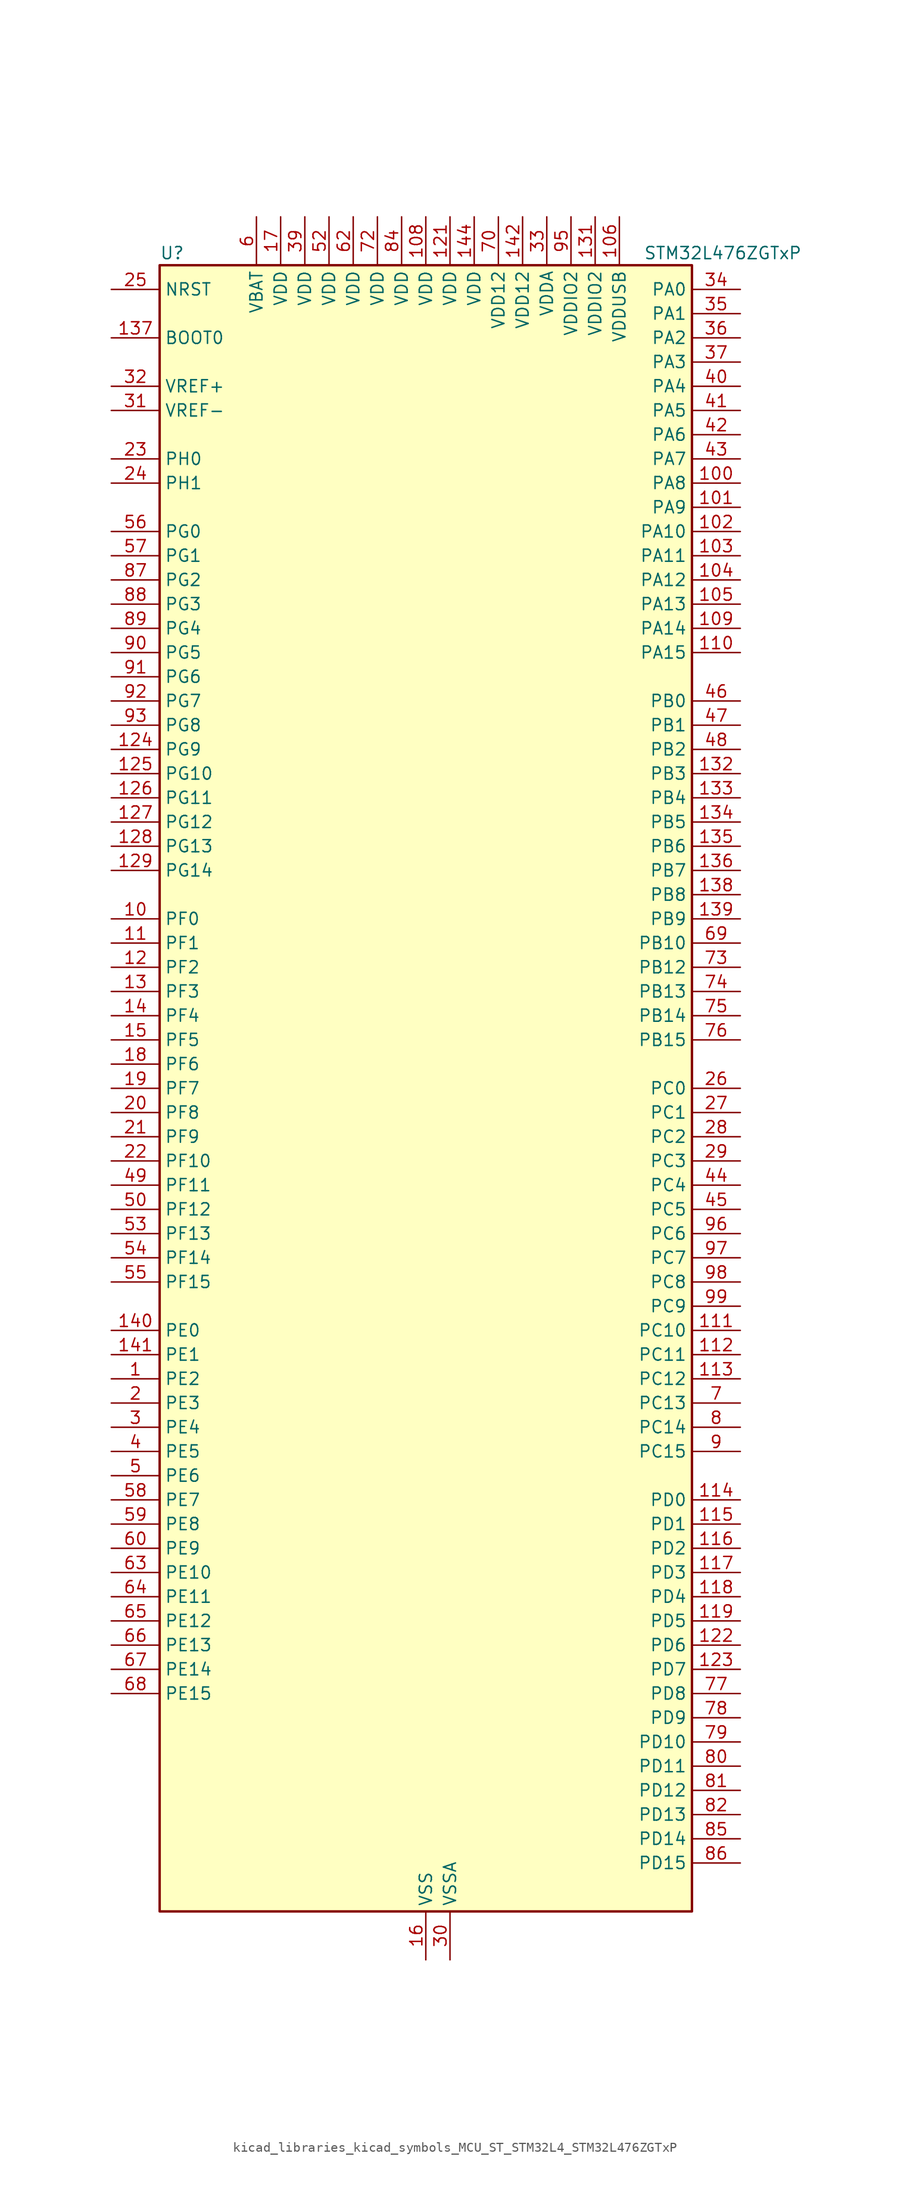
<source format=kicad_sym>
(kicad_symbol_lib
  (version 20220914)
  (generator kicad_symbol_editor)
  (symbol "kicad_libraries_kicad_symbols_MCU_ST_STM32L4_STM32L476ZGTxP"
    (property "Reference" "U"
      (at -27.94 87.63 0)
      (effects (font (size 1.27 1.27)) (justify left)))
    (property "Value" "STM32L476ZGTxP"
      (at 22.86 87.63 0)
      (effects (font (size 1.27 1.27)) (justify left)))
    (property "ki_locked" ""
      (at 0 0 0)
      (effects (font (size 1.27 1.27))))
    (symbol "kicad_libraries_kicad_symbols_MCU_ST_STM32L4_STM32L476ZGTxP_0_1"
      (rectangle (start -27.94 -86.36) (end 27.94 86.36) (stroke (width 0.254) (type default)) (fill (type background))))
    (symbol "kicad_libraries_kicad_symbols_MCU_ST_STM32L4_STM32L476ZGTxP_1_1"
      (pin bidirectional line (at -33.02 -30.48 0) (length 5.08) (name "PE2" (effects (font (size 1.27 1.27)))) (number "1" (effects (font (size 1.27 1.27)))) (alternate "FMC_A23" bidirectional line) (alternate "LCD_SEG38" bidirectional line) (alternate "SAI1_MCLK_A" bidirectional line) (alternate "SYS_TRACECLK" bidirectional line) (alternate "TIM3_ETR" bidirectional line) (alternate "TSC_G7_IO1" bidirectional line))
      (pin bidirectional line (at -33.02 17.78 0) (length 5.08) (name "PF0" (effects (font (size 1.27 1.27)))) (number "10" (effects (font (size 1.27 1.27)))) (alternate "FMC_A0" bidirectional line) (alternate "I2C2_SDA" bidirectional line))
      (pin bidirectional line (at 33.02 63.5 180) (length 5.08) (name "PA8" (effects (font (size 1.27 1.27)))) (number "100" (effects (font (size 1.27 1.27)))) (alternate "LCD_COM0" bidirectional line) (alternate "LPTIM2_OUT" bidirectional line) (alternate "RCC_MCO" bidirectional line) (alternate "TIM1_CH1" bidirectional line) (alternate "USART1_CK" bidirectional line) (alternate "USB_OTG_FS_SOF" bidirectional line))
      (pin bidirectional line (at 33.02 60.96 180) (length 5.08) (name "PA9" (effects (font (size 1.27 1.27)))) (number "101" (effects (font (size 1.27 1.27)))) (alternate "DAC1_EXTI9" bidirectional line) (alternate "LCD_COM1" bidirectional line) (alternate "TIM15_BKIN" bidirectional line) (alternate "TIM1_CH2" bidirectional line) (alternate "USART1_TX" bidirectional line) (alternate "USB_OTG_FS_VBUS" bidirectional line))
      (pin bidirectional line (at 33.02 58.42 180) (length 5.08) (name "PA10" (effects (font (size 1.27 1.27)))) (number "102" (effects (font (size 1.27 1.27)))) (alternate "LCD_COM2" bidirectional line) (alternate "TIM17_BKIN" bidirectional line) (alternate "TIM1_CH3" bidirectional line) (alternate "USART1_RX" bidirectional line) (alternate "USB_OTG_FS_ID" bidirectional line))
      (pin bidirectional line (at 33.02 55.88 180) (length 5.08) (name "PA11" (effects (font (size 1.27 1.27)))) (number "103" (effects (font (size 1.27 1.27)))) (alternate "ADC1_EXTI11" bidirectional line) (alternate "ADC2_EXTI11" bidirectional line) (alternate "ADC3_EXTI11" bidirectional line) (alternate "CAN1_RX" bidirectional line) (alternate "TIM1_BKIN2" bidirectional line) (alternate "TIM1_BKIN2_COMP1" bidirectional line) (alternate "TIM1_CH4" bidirectional line) (alternate "USART1_CTS" bidirectional line) (alternate "USB_OTG_FS_DM" bidirectional line))
      (pin bidirectional line (at 33.02 53.34 180) (length 5.08) (name "PA12" (effects (font (size 1.27 1.27)))) (number "104" (effects (font (size 1.27 1.27)))) (alternate "CAN1_TX" bidirectional line) (alternate "TIM1_ETR" bidirectional line) (alternate "USART1_DE" bidirectional line) (alternate "USART1_RTS" bidirectional line) (alternate "USB_OTG_FS_DP" bidirectional line))
      (pin bidirectional line (at 33.02 50.8 180) (length 5.08) (name "PA13" (effects (font (size 1.27 1.27)))) (number "105" (effects (font (size 1.27 1.27)))) (alternate "IR_OUT" bidirectional line) (alternate "SYS_JTMS-SWDIO" bidirectional line) (alternate "USB_OTG_FS_NOE" bidirectional line))
      (pin power_in line (at 20.32 91.44 270) (length 5.08) (name "VDDUSB" (effects (font (size 1.27 1.27)))) (number "106" (effects (font (size 1.27 1.27)))))
      (pin passive line (at 0 -91.44 90) (length 5.08) hide (name "VSS" (effects (font (size 1.27 1.27)))) (number "107" (effects (font (size 1.27 1.27)))))
      (pin power_in line (at 0 91.44 270) (length 5.08) (name "VDD" (effects (font (size 1.27 1.27)))) (number "108" (effects (font (size 1.27 1.27)))))
      (pin bidirectional line (at 33.02 48.26 180) (length 5.08) (name "PA14" (effects (font (size 1.27 1.27)))) (number "109" (effects (font (size 1.27 1.27)))) (alternate "SYS_JTCK-SWCLK" bidirectional line))
      (pin bidirectional line (at -33.02 15.24 0) (length 5.08) (name "PF1" (effects (font (size 1.27 1.27)))) (number "11" (effects (font (size 1.27 1.27)))) (alternate "FMC_A1" bidirectional line) (alternate "I2C2_SCL" bidirectional line))
      (pin bidirectional line (at 33.02 45.72 180) (length 5.08) (name "PA15" (effects (font (size 1.27 1.27)))) (number "110" (effects (font (size 1.27 1.27)))) (alternate "ADC1_EXTI15" bidirectional line) (alternate "ADC2_EXTI15" bidirectional line) (alternate "ADC3_EXTI15" bidirectional line) (alternate "LCD_SEG17" bidirectional line) (alternate "SAI2_FS_B" bidirectional line) (alternate "SPI1_NSS" bidirectional line) (alternate "SPI3_NSS" bidirectional line) (alternate "SYS_JTDI" bidirectional line) (alternate "TIM2_CH1" bidirectional line) (alternate "TIM2_ETR" bidirectional line) (alternate "TSC_G3_IO1" bidirectional line) (alternate "UART4_DE" bidirectional line) (alternate "UART4_RTS" bidirectional line))
      (pin bidirectional line (at 33.02 -25.4 180) (length 5.08) (name "PC10" (effects (font (size 1.27 1.27)))) (number "111" (effects (font (size 1.27 1.27)))) (alternate "LCD_COM4" bidirectional line) (alternate "LCD_SEG28" bidirectional line) (alternate "LCD_SEG40" bidirectional line) (alternate "SAI2_SCK_B" bidirectional line) (alternate "SDMMC1_D2" bidirectional line) (alternate "SPI3_SCK" bidirectional line) (alternate "TSC_G3_IO2" bidirectional line) (alternate "UART4_TX" bidirectional line) (alternate "USART3_TX" bidirectional line))
      (pin bidirectional line (at 33.02 -27.94 180) (length 5.08) (name "PC11" (effects (font (size 1.27 1.27)))) (number "112" (effects (font (size 1.27 1.27)))) (alternate "ADC1_EXTI11" bidirectional line) (alternate "ADC2_EXTI11" bidirectional line) (alternate "ADC3_EXTI11" bidirectional line) (alternate "LCD_COM5" bidirectional line) (alternate "LCD_SEG29" bidirectional line) (alternate "LCD_SEG41" bidirectional line) (alternate "SAI2_MCLK_B" bidirectional line) (alternate "SDMMC1_D3" bidirectional line) (alternate "SPI3_MISO" bidirectional line) (alternate "TSC_G3_IO3" bidirectional line) (alternate "UART4_RX" bidirectional line) (alternate "USART3_RX" bidirectional line))
      (pin bidirectional line (at 33.02 -30.48 180) (length 5.08) (name "PC12" (effects (font (size 1.27 1.27)))) (number "113" (effects (font (size 1.27 1.27)))) (alternate "LCD_COM6" bidirectional line) (alternate "LCD_SEG30" bidirectional line) (alternate "LCD_SEG42" bidirectional line) (alternate "SAI2_SD_B" bidirectional line) (alternate "SDMMC1_CK" bidirectional line) (alternate "SPI3_MOSI" bidirectional line) (alternate "TSC_G3_IO4" bidirectional line) (alternate "UART5_TX" bidirectional line) (alternate "USART3_CK" bidirectional line))
      (pin bidirectional line (at 33.02 -43.18 180) (length 5.08) (name "PD0" (effects (font (size 1.27 1.27)))) (number "114" (effects (font (size 1.27 1.27)))) (alternate "CAN1_RX" bidirectional line) (alternate "DFSDM1_DATIN7" bidirectional line) (alternate "FMC_D2" bidirectional line) (alternate "FMC_DA2" bidirectional line) (alternate "SPI2_NSS" bidirectional line))
      (pin bidirectional line (at 33.02 -45.72 180) (length 5.08) (name "PD1" (effects (font (size 1.27 1.27)))) (number "115" (effects (font (size 1.27 1.27)))) (alternate "CAN1_TX" bidirectional line) (alternate "DFSDM1_CKIN7" bidirectional line) (alternate "FMC_D3" bidirectional line) (alternate "FMC_DA3" bidirectional line) (alternate "SPI2_SCK" bidirectional line))
      (pin bidirectional line (at 33.02 -48.26 180) (length 5.08) (name "PD2" (effects (font (size 1.27 1.27)))) (number "116" (effects (font (size 1.27 1.27)))) (alternate "LCD_COM7" bidirectional line) (alternate "LCD_SEG31" bidirectional line) (alternate "LCD_SEG43" bidirectional line) (alternate "SDMMC1_CMD" bidirectional line) (alternate "TIM3_ETR" bidirectional line) (alternate "TSC_SYNC" bidirectional line) (alternate "UART5_RX" bidirectional line) (alternate "USART3_DE" bidirectional line) (alternate "USART3_RTS" bidirectional line))
      (pin bidirectional line (at 33.02 -50.8 180) (length 5.08) (name "PD3" (effects (font (size 1.27 1.27)))) (number "117" (effects (font (size 1.27 1.27)))) (alternate "DFSDM1_DATIN0" bidirectional line) (alternate "FMC_CLK" bidirectional line) (alternate "SPI2_MISO" bidirectional line) (alternate "USART2_CTS" bidirectional line))
      (pin bidirectional line (at 33.02 -53.34 180) (length 5.08) (name "PD4" (effects (font (size 1.27 1.27)))) (number "118" (effects (font (size 1.27 1.27)))) (alternate "DFSDM1_CKIN0" bidirectional line) (alternate "FMC_NOE" bidirectional line) (alternate "SPI2_MOSI" bidirectional line) (alternate "USART2_DE" bidirectional line) (alternate "USART2_RTS" bidirectional line))
      (pin bidirectional line (at 33.02 -55.88 180) (length 5.08) (name "PD5" (effects (font (size 1.27 1.27)))) (number "119" (effects (font (size 1.27 1.27)))) (alternate "FMC_NWE" bidirectional line) (alternate "USART2_TX" bidirectional line))
      (pin bidirectional line (at -33.02 12.7 0) (length 5.08) (name "PF2" (effects (font (size 1.27 1.27)))) (number "12" (effects (font (size 1.27 1.27)))) (alternate "FMC_A2" bidirectional line) (alternate "I2C2_SMBA" bidirectional line))
      (pin passive line (at 0 -91.44 90) (length 5.08) hide (name "VSS" (effects (font (size 1.27 1.27)))) (number "120" (effects (font (size 1.27 1.27)))))
      (pin power_in line (at 2.54 91.44 270) (length 5.08) (name "VDD" (effects (font (size 1.27 1.27)))) (number "121" (effects (font (size 1.27 1.27)))))
      (pin bidirectional line (at 33.02 -58.42 180) (length 5.08) (name "PD6" (effects (font (size 1.27 1.27)))) (number "122" (effects (font (size 1.27 1.27)))) (alternate "DFSDM1_DATIN1" bidirectional line) (alternate "FMC_NWAIT" bidirectional line) (alternate "SAI1_SD_A" bidirectional line) (alternate "USART2_RX" bidirectional line))
      (pin bidirectional line (at 33.02 -60.96 180) (length 5.08) (name "PD7" (effects (font (size 1.27 1.27)))) (number "123" (effects (font (size 1.27 1.27)))) (alternate "DFSDM1_CKIN1" bidirectional line) (alternate "FMC_NE1" bidirectional line) (alternate "USART2_CK" bidirectional line))
      (pin bidirectional line (at -33.02 35.56 0) (length 5.08) (name "PG9" (effects (font (size 1.27 1.27)))) (number "124" (effects (font (size 1.27 1.27)))) (alternate "DAC1_EXTI9" bidirectional line) (alternate "FMC_NCE3" bidirectional line) (alternate "FMC_NE2" bidirectional line) (alternate "SAI2_SCK_A" bidirectional line) (alternate "SPI3_SCK" bidirectional line) (alternate "TIM15_CH1N" bidirectional line) (alternate "USART1_TX" bidirectional line))
      (pin bidirectional line (at -33.02 33.02 0) (length 5.08) (name "PG10" (effects (font (size 1.27 1.27)))) (number "125" (effects (font (size 1.27 1.27)))) (alternate "FMC_NE3" bidirectional line) (alternate "LPTIM1_IN1" bidirectional line) (alternate "SAI2_FS_A" bidirectional line) (alternate "SPI3_MISO" bidirectional line) (alternate "TIM15_CH1" bidirectional line) (alternate "USART1_RX" bidirectional line))
      (pin bidirectional line (at -33.02 30.48 0) (length 5.08) (name "PG11" (effects (font (size 1.27 1.27)))) (number "126" (effects (font (size 1.27 1.27)))) (alternate "ADC1_EXTI11" bidirectional line) (alternate "ADC2_EXTI11" bidirectional line) (alternate "ADC3_EXTI11" bidirectional line) (alternate "LPTIM1_IN2" bidirectional line) (alternate "SAI2_MCLK_A" bidirectional line) (alternate "SPI3_MOSI" bidirectional line) (alternate "TIM15_CH2" bidirectional line) (alternate "USART1_CTS" bidirectional line))
      (pin bidirectional line (at -33.02 27.94 0) (length 5.08) (name "PG12" (effects (font (size 1.27 1.27)))) (number "127" (effects (font (size 1.27 1.27)))) (alternate "FMC_NE4" bidirectional line) (alternate "LPTIM1_ETR" bidirectional line) (alternate "SAI2_SD_A" bidirectional line) (alternate "SPI3_NSS" bidirectional line) (alternate "USART1_DE" bidirectional line) (alternate "USART1_RTS" bidirectional line))
      (pin bidirectional line (at -33.02 25.4 0) (length 5.08) (name "PG13" (effects (font (size 1.27 1.27)))) (number "128" (effects (font (size 1.27 1.27)))) (alternate "FMC_A24" bidirectional line) (alternate "I2C1_SDA" bidirectional line) (alternate "USART1_CK" bidirectional line))
      (pin bidirectional line (at -33.02 22.86 0) (length 5.08) (name "PG14" (effects (font (size 1.27 1.27)))) (number "129" (effects (font (size 1.27 1.27)))) (alternate "FMC_A25" bidirectional line) (alternate "I2C1_SCL" bidirectional line))
      (pin bidirectional line (at -33.02 10.16 0) (length 5.08) (name "PF3" (effects (font (size 1.27 1.27)))) (number "13" (effects (font (size 1.27 1.27)))) (alternate "ADC3_IN6" bidirectional line) (alternate "FMC_A3" bidirectional line))
      (pin passive line (at 0 -91.44 90) (length 5.08) hide (name "VSS" (effects (font (size 1.27 1.27)))) (number "130" (effects (font (size 1.27 1.27)))))
      (pin power_in line (at 17.78 91.44 270) (length 5.08) (name "VDDIO2" (effects (font (size 1.27 1.27)))) (number "131" (effects (font (size 1.27 1.27)))))
      (pin bidirectional line (at 33.02 33.02 180) (length 5.08) (name "PB3" (effects (font (size 1.27 1.27)))) (number "132" (effects (font (size 1.27 1.27)))) (alternate "COMP2_INM" bidirectional line) (alternate "LCD_SEG7" bidirectional line) (alternate "SAI1_SCK_B" bidirectional line) (alternate "SPI1_SCK" bidirectional line) (alternate "SPI3_SCK" bidirectional line) (alternate "SYS_JTDO-SWO" bidirectional line) (alternate "TIM2_CH2" bidirectional line) (alternate "USART1_DE" bidirectional line) (alternate "USART1_RTS" bidirectional line))
      (pin bidirectional line (at 33.02 30.48 180) (length 5.08) (name "PB4" (effects (font (size 1.27 1.27)))) (number "133" (effects (font (size 1.27 1.27)))) (alternate "COMP2_INP" bidirectional line) (alternate "LCD_SEG8" bidirectional line) (alternate "SAI1_MCLK_B" bidirectional line) (alternate "SPI1_MISO" bidirectional line) (alternate "SPI3_MISO" bidirectional line) (alternate "SYS_JTRST" bidirectional line) (alternate "TIM17_BKIN" bidirectional line) (alternate "TIM3_CH1" bidirectional line) (alternate "TSC_G2_IO1" bidirectional line) (alternate "UART5_DE" bidirectional line) (alternate "UART5_RTS" bidirectional line) (alternate "USART1_CTS" bidirectional line))
      (pin bidirectional line (at 33.02 27.94 180) (length 5.08) (name "PB5" (effects (font (size 1.27 1.27)))) (number "134" (effects (font (size 1.27 1.27)))) (alternate "COMP2_OUT" bidirectional line) (alternate "I2C1_SMBA" bidirectional line) (alternate "LCD_SEG9" bidirectional line) (alternate "LPTIM1_IN1" bidirectional line) (alternate "SAI1_SD_B" bidirectional line) (alternate "SPI1_MOSI" bidirectional line) (alternate "SPI3_MOSI" bidirectional line) (alternate "TIM16_BKIN" bidirectional line) (alternate "TIM3_CH2" bidirectional line) (alternate "TSC_G2_IO2" bidirectional line) (alternate "UART5_CTS" bidirectional line) (alternate "USART1_CK" bidirectional line))
      (pin bidirectional line (at 33.02 25.4 180) (length 5.08) (name "PB6" (effects (font (size 1.27 1.27)))) (number "135" (effects (font (size 1.27 1.27)))) (alternate "COMP2_INP" bidirectional line) (alternate "DFSDM1_DATIN5" bidirectional line) (alternate "I2C1_SCL" bidirectional line) (alternate "LPTIM1_ETR" bidirectional line) (alternate "SAI1_FS_B" bidirectional line) (alternate "TIM16_CH1N" bidirectional line) (alternate "TIM4_CH1" bidirectional line) (alternate "TIM8_BKIN2" bidirectional line) (alternate "TIM8_BKIN2_COMP2" bidirectional line) (alternate "TSC_G2_IO3" bidirectional line) (alternate "USART1_TX" bidirectional line))
      (pin bidirectional line (at 33.02 22.86 180) (length 5.08) (name "PB7" (effects (font (size 1.27 1.27)))) (number "136" (effects (font (size 1.27 1.27)))) (alternate "COMP2_INM" bidirectional line) (alternate "DFSDM1_CKIN5" bidirectional line) (alternate "FMC_NL" bidirectional line) (alternate "I2C1_SDA" bidirectional line) (alternate "LCD_SEG21" bidirectional line) (alternate "LPTIM1_IN2" bidirectional line) (alternate "SYS_PVD_IN" bidirectional line) (alternate "TIM17_CH1N" bidirectional line) (alternate "TIM4_CH2" bidirectional line) (alternate "TIM8_BKIN" bidirectional line) (alternate "TIM8_BKIN_COMP1" bidirectional line) (alternate "TSC_G2_IO4" bidirectional line) (alternate "UART4_CTS" bidirectional line) (alternate "USART1_RX" bidirectional line))
      (pin input line (at -33.02 78.74 0) (length 5.08) (name "BOOT0" (effects (font (size 1.27 1.27)))) (number "137" (effects (font (size 1.27 1.27)))))
      (pin bidirectional line (at 33.02 20.32 180) (length 5.08) (name "PB8" (effects (font (size 1.27 1.27)))) (number "138" (effects (font (size 1.27 1.27)))) (alternate "CAN1_RX" bidirectional line) (alternate "DFSDM1_DATIN6" bidirectional line) (alternate "I2C1_SCL" bidirectional line) (alternate "LCD_SEG16" bidirectional line) (alternate "SAI1_MCLK_A" bidirectional line) (alternate "SDMMC1_D4" bidirectional line) (alternate "TIM16_CH1" bidirectional line) (alternate "TIM4_CH3" bidirectional line))
      (pin bidirectional line (at 33.02 17.78 180) (length 5.08) (name "PB9" (effects (font (size 1.27 1.27)))) (number "139" (effects (font (size 1.27 1.27)))) (alternate "CAN1_TX" bidirectional line) (alternate "DAC1_EXTI9" bidirectional line) (alternate "DFSDM1_CKIN6" bidirectional line) (alternate "I2C1_SDA" bidirectional line) (alternate "IR_OUT" bidirectional line) (alternate "LCD_COM3" bidirectional line) (alternate "SAI1_FS_A" bidirectional line) (alternate "SDMMC1_D5" bidirectional line) (alternate "SPI2_NSS" bidirectional line) (alternate "TIM17_CH1" bidirectional line) (alternate "TIM4_CH4" bidirectional line))
      (pin bidirectional line (at -33.02 7.62 0) (length 5.08) (name "PF4" (effects (font (size 1.27 1.27)))) (number "14" (effects (font (size 1.27 1.27)))) (alternate "ADC3_IN7" bidirectional line) (alternate "FMC_A4" bidirectional line))
      (pin bidirectional line (at -33.02 -25.4 0) (length 5.08) (name "PE0" (effects (font (size 1.27 1.27)))) (number "140" (effects (font (size 1.27 1.27)))) (alternate "FMC_NBL0" bidirectional line) (alternate "LCD_SEG36" bidirectional line) (alternate "TIM16_CH1" bidirectional line) (alternate "TIM4_ETR" bidirectional line))
      (pin bidirectional line (at -33.02 -27.94 0) (length 5.08) (name "PE1" (effects (font (size 1.27 1.27)))) (number "141" (effects (font (size 1.27 1.27)))) (alternate "FMC_NBL1" bidirectional line) (alternate "LCD_SEG37" bidirectional line) (alternate "TIM17_CH1" bidirectional line))
      (pin power_in line (at 10.16 91.44 270) (length 5.08) (name "VDD12" (effects (font (size 1.27 1.27)))) (number "142" (effects (font (size 1.27 1.27)))))
      (pin passive line (at 0 -91.44 90) (length 5.08) hide (name "VSS" (effects (font (size 1.27 1.27)))) (number "143" (effects (font (size 1.27 1.27)))))
      (pin power_in line (at 5.08 91.44 270) (length 5.08) (name "VDD" (effects (font (size 1.27 1.27)))) (number "144" (effects (font (size 1.27 1.27)))))
      (pin bidirectional line (at -33.02 5.08 0) (length 5.08) (name "PF5" (effects (font (size 1.27 1.27)))) (number "15" (effects (font (size 1.27 1.27)))) (alternate "ADC3_IN8" bidirectional line) (alternate "FMC_A5" bidirectional line))
      (pin power_in line (at 0 -91.44 90) (length 5.08) (name "VSS" (effects (font (size 1.27 1.27)))) (number "16" (effects (font (size 1.27 1.27)))))
      (pin power_in line (at -15.24 91.44 270) (length 5.08) (name "VDD" (effects (font (size 1.27 1.27)))) (number "17" (effects (font (size 1.27 1.27)))))
      (pin bidirectional line (at -33.02 2.54 0) (length 5.08) (name "PF6" (effects (font (size 1.27 1.27)))) (number "18" (effects (font (size 1.27 1.27)))) (alternate "ADC3_IN9" bidirectional line) (alternate "SAI1_SD_B" bidirectional line) (alternate "TIM5_CH1" bidirectional line) (alternate "TIM5_ETR" bidirectional line))
      (pin bidirectional line (at -33.02 0 0) (length 5.08) (name "PF7" (effects (font (size 1.27 1.27)))) (number "19" (effects (font (size 1.27 1.27)))) (alternate "ADC3_IN10" bidirectional line) (alternate "SAI1_MCLK_B" bidirectional line) (alternate "TIM5_CH2" bidirectional line))
      (pin bidirectional line (at -33.02 -33.02 0) (length 5.08) (name "PE3" (effects (font (size 1.27 1.27)))) (number "2" (effects (font (size 1.27 1.27)))) (alternate "FMC_A19" bidirectional line) (alternate "LCD_SEG39" bidirectional line) (alternate "SAI1_SD_B" bidirectional line) (alternate "SYS_TRACED0" bidirectional line) (alternate "TIM3_CH1" bidirectional line) (alternate "TSC_G7_IO2" bidirectional line))
      (pin bidirectional line (at -33.02 -2.54 0) (length 5.08) (name "PF8" (effects (font (size 1.27 1.27)))) (number "20" (effects (font (size 1.27 1.27)))) (alternate "ADC3_IN11" bidirectional line) (alternate "SAI1_SCK_B" bidirectional line) (alternate "TIM5_CH3" bidirectional line))
      (pin bidirectional line (at -33.02 -5.08 0) (length 5.08) (name "PF9" (effects (font (size 1.27 1.27)))) (number "21" (effects (font (size 1.27 1.27)))) (alternate "ADC3_IN12" bidirectional line) (alternate "DAC1_EXTI9" bidirectional line) (alternate "SAI1_FS_B" bidirectional line) (alternate "TIM15_CH1" bidirectional line) (alternate "TIM5_CH4" bidirectional line))
      (pin bidirectional line (at -33.02 -7.62 0) (length 5.08) (name "PF10" (effects (font (size 1.27 1.27)))) (number "22" (effects (font (size 1.27 1.27)))) (alternate "ADC3_IN13" bidirectional line) (alternate "TIM15_CH2" bidirectional line))
      (pin bidirectional line (at -33.02 66.04 0) (length 5.08) (name "PH0" (effects (font (size 1.27 1.27)))) (number "23" (effects (font (size 1.27 1.27)))) (alternate "RCC_OSC_IN" bidirectional line))
      (pin bidirectional line (at -33.02 63.5 0) (length 5.08) (name "PH1" (effects (font (size 1.27 1.27)))) (number "24" (effects (font (size 1.27 1.27)))) (alternate "RCC_OSC_OUT" bidirectional line))
      (pin input line (at -33.02 83.82 0) (length 5.08) (name "NRST" (effects (font (size 1.27 1.27)))) (number "25" (effects (font (size 1.27 1.27)))))
      (pin bidirectional line (at 33.02 0 180) (length 5.08) (name "PC0" (effects (font (size 1.27 1.27)))) (number "26" (effects (font (size 1.27 1.27)))) (alternate "ADC1_IN1" bidirectional line) (alternate "ADC2_IN1" bidirectional line) (alternate "ADC3_IN1" bidirectional line) (alternate "DFSDM1_DATIN4" bidirectional line) (alternate "I2C3_SCL" bidirectional line) (alternate "LCD_SEG18" bidirectional line) (alternate "LPTIM1_IN1" bidirectional line) (alternate "LPTIM2_IN1" bidirectional line) (alternate "LPUART1_RX" bidirectional line))
      (pin bidirectional line (at 33.02 -2.54 180) (length 5.08) (name "PC1" (effects (font (size 1.27 1.27)))) (number "27" (effects (font (size 1.27 1.27)))) (alternate "ADC1_IN2" bidirectional line) (alternate "ADC2_IN2" bidirectional line) (alternate "ADC3_IN2" bidirectional line) (alternate "DFSDM1_CKIN4" bidirectional line) (alternate "I2C3_SDA" bidirectional line) (alternate "LCD_SEG19" bidirectional line) (alternate "LPTIM1_OUT" bidirectional line) (alternate "LPUART1_TX" bidirectional line))
      (pin bidirectional line (at 33.02 -5.08 180) (length 5.08) (name "PC2" (effects (font (size 1.27 1.27)))) (number "28" (effects (font (size 1.27 1.27)))) (alternate "ADC1_IN3" bidirectional line) (alternate "ADC2_IN3" bidirectional line) (alternate "ADC3_IN3" bidirectional line) (alternate "DFSDM1_CKOUT" bidirectional line) (alternate "LCD_SEG20" bidirectional line) (alternate "LPTIM1_IN2" bidirectional line) (alternate "SPI2_MISO" bidirectional line))
      (pin bidirectional line (at 33.02 -7.62 180) (length 5.08) (name "PC3" (effects (font (size 1.27 1.27)))) (number "29" (effects (font (size 1.27 1.27)))) (alternate "ADC1_IN4" bidirectional line) (alternate "ADC2_IN4" bidirectional line) (alternate "ADC3_IN4" bidirectional line) (alternate "LCD_VLCD" bidirectional line) (alternate "LPTIM1_ETR" bidirectional line) (alternate "LPTIM2_ETR" bidirectional line) (alternate "SAI1_SD_A" bidirectional line) (alternate "SPI2_MOSI" bidirectional line))
      (pin bidirectional line (at -33.02 -35.56 0) (length 5.08) (name "PE4" (effects (font (size 1.27 1.27)))) (number "3" (effects (font (size 1.27 1.27)))) (alternate "DFSDM1_DATIN3" bidirectional line) (alternate "FMC_A20" bidirectional line) (alternate "SAI1_FS_A" bidirectional line) (alternate "SYS_TRACED1" bidirectional line) (alternate "TIM3_CH2" bidirectional line) (alternate "TSC_G7_IO3" bidirectional line))
      (pin power_in line (at 2.54 -91.44 90) (length 5.08) (name "VSSA" (effects (font (size 1.27 1.27)))) (number "30" (effects (font (size 1.27 1.27)))))
      (pin input line (at -33.02 71.12 0) (length 5.08) (name "VREF-" (effects (font (size 1.27 1.27)))) (number "31" (effects (font (size 1.27 1.27)))))
      (pin input line (at -33.02 73.66 0) (length 5.08) (name "VREF+" (effects (font (size 1.27 1.27)))) (number "32" (effects (font (size 1.27 1.27)))) (alternate "VREFBUF_OUT" bidirectional line))
      (pin power_in line (at 12.7 91.44 270) (length 5.08) (name "VDDA" (effects (font (size 1.27 1.27)))) (number "33" (effects (font (size 1.27 1.27)))))
      (pin bidirectional line (at 33.02 83.82 180) (length 5.08) (name "PA0" (effects (font (size 1.27 1.27)))) (number "34" (effects (font (size 1.27 1.27)))) (alternate "ADC1_IN5" bidirectional line) (alternate "ADC2_IN5" bidirectional line) (alternate "OPAMP1_VINP" bidirectional line) (alternate "RTC_TAMP2" bidirectional line) (alternate "SAI1_EXTCLK" bidirectional line) (alternate "SYS_WKUP1" bidirectional line) (alternate "TIM2_CH1" bidirectional line) (alternate "TIM2_ETR" bidirectional line) (alternate "TIM5_CH1" bidirectional line) (alternate "TIM8_ETR" bidirectional line) (alternate "UART4_TX" bidirectional line) (alternate "USART2_CTS" bidirectional line))
      (pin bidirectional line (at 33.02 81.28 180) (length 5.08) (name "PA1" (effects (font (size 1.27 1.27)))) (number "35" (effects (font (size 1.27 1.27)))) (alternate "ADC1_IN6" bidirectional line) (alternate "ADC2_IN6" bidirectional line) (alternate "LCD_SEG0" bidirectional line) (alternate "OPAMP1_VINM" bidirectional line) (alternate "TIM15_CH1N" bidirectional line) (alternate "TIM2_CH2" bidirectional line) (alternate "TIM5_CH2" bidirectional line) (alternate "UART4_RX" bidirectional line) (alternate "USART2_DE" bidirectional line) (alternate "USART2_RTS" bidirectional line))
      (pin bidirectional line (at 33.02 78.74 180) (length 5.08) (name "PA2" (effects (font (size 1.27 1.27)))) (number "36" (effects (font (size 1.27 1.27)))) (alternate "ADC1_IN7" bidirectional line) (alternate "ADC2_IN7" bidirectional line) (alternate "LCD_SEG1" bidirectional line) (alternate "RCC_LSCO" bidirectional line) (alternate "SAI2_EXTCLK" bidirectional line) (alternate "SYS_WKUP4" bidirectional line) (alternate "TIM15_CH1" bidirectional line) (alternate "TIM2_CH3" bidirectional line) (alternate "TIM5_CH3" bidirectional line) (alternate "USART2_TX" bidirectional line))
      (pin bidirectional line (at 33.02 76.2 180) (length 5.08) (name "PA3" (effects (font (size 1.27 1.27)))) (number "37" (effects (font (size 1.27 1.27)))) (alternate "ADC1_IN8" bidirectional line) (alternate "ADC2_IN8" bidirectional line) (alternate "LCD_SEG2" bidirectional line) (alternate "OPAMP1_VOUT" bidirectional line) (alternate "TIM15_CH2" bidirectional line) (alternate "TIM2_CH4" bidirectional line) (alternate "TIM5_CH4" bidirectional line) (alternate "USART2_RX" bidirectional line))
      (pin passive line (at 0 -91.44 90) (length 5.08) hide (name "VSS" (effects (font (size 1.27 1.27)))) (number "38" (effects (font (size 1.27 1.27)))))
      (pin power_in line (at -12.7 91.44 270) (length 5.08) (name "VDD" (effects (font (size 1.27 1.27)))) (number "39" (effects (font (size 1.27 1.27)))))
      (pin bidirectional line (at -33.02 -38.1 0) (length 5.08) (name "PE5" (effects (font (size 1.27 1.27)))) (number "4" (effects (font (size 1.27 1.27)))) (alternate "DFSDM1_CKIN3" bidirectional line) (alternate "FMC_A21" bidirectional line) (alternate "SAI1_SCK_A" bidirectional line) (alternate "SYS_TRACED2" bidirectional line) (alternate "TIM3_CH3" bidirectional line) (alternate "TSC_G7_IO4" bidirectional line))
      (pin bidirectional line (at 33.02 73.66 180) (length 5.08) (name "PA4" (effects (font (size 1.27 1.27)))) (number "40" (effects (font (size 1.27 1.27)))) (alternate "ADC1_IN9" bidirectional line) (alternate "ADC2_IN9" bidirectional line) (alternate "DAC1_OUT1" bidirectional line) (alternate "LPTIM2_OUT" bidirectional line) (alternate "SAI1_FS_B" bidirectional line) (alternate "SPI1_NSS" bidirectional line) (alternate "SPI3_NSS" bidirectional line) (alternate "USART2_CK" bidirectional line))
      (pin bidirectional line (at 33.02 71.12 180) (length 5.08) (name "PA5" (effects (font (size 1.27 1.27)))) (number "41" (effects (font (size 1.27 1.27)))) (alternate "ADC1_IN10" bidirectional line) (alternate "ADC2_IN10" bidirectional line) (alternate "DAC1_OUT2" bidirectional line) (alternate "LPTIM2_ETR" bidirectional line) (alternate "SPI1_SCK" bidirectional line) (alternate "TIM2_CH1" bidirectional line) (alternate "TIM2_ETR" bidirectional line) (alternate "TIM8_CH1N" bidirectional line))
      (pin bidirectional line (at 33.02 68.58 180) (length 5.08) (name "PA6" (effects (font (size 1.27 1.27)))) (number "42" (effects (font (size 1.27 1.27)))) (alternate "ADC1_IN11" bidirectional line) (alternate "ADC2_IN11" bidirectional line) (alternate "LCD_SEG3" bidirectional line) (alternate "OPAMP2_VINP" bidirectional line) (alternate "QUADSPI_BK1_IO3" bidirectional line) (alternate "SPI1_MISO" bidirectional line) (alternate "TIM16_CH1" bidirectional line) (alternate "TIM1_BKIN" bidirectional line) (alternate "TIM1_BKIN_COMP2" bidirectional line) (alternate "TIM3_CH1" bidirectional line) (alternate "TIM8_BKIN" bidirectional line) (alternate "TIM8_BKIN_COMP2" bidirectional line) (alternate "USART3_CTS" bidirectional line))
      (pin bidirectional line (at 33.02 66.04 180) (length 5.08) (name "PA7" (effects (font (size 1.27 1.27)))) (number "43" (effects (font (size 1.27 1.27)))) (alternate "ADC1_IN12" bidirectional line) (alternate "ADC2_IN12" bidirectional line) (alternate "LCD_SEG4" bidirectional line) (alternate "OPAMP2_VINM" bidirectional line) (alternate "QUADSPI_BK1_IO2" bidirectional line) (alternate "SPI1_MOSI" bidirectional line) (alternate "TIM17_CH1" bidirectional line) (alternate "TIM1_CH1N" bidirectional line) (alternate "TIM3_CH2" bidirectional line) (alternate "TIM8_CH1N" bidirectional line))
      (pin bidirectional line (at 33.02 -10.16 180) (length 5.08) (name "PC4" (effects (font (size 1.27 1.27)))) (number "44" (effects (font (size 1.27 1.27)))) (alternate "ADC1_IN13" bidirectional line) (alternate "ADC2_IN13" bidirectional line) (alternate "COMP1_INM" bidirectional line) (alternate "LCD_SEG22" bidirectional line) (alternate "USART3_TX" bidirectional line))
      (pin bidirectional line (at 33.02 -12.7 180) (length 5.08) (name "PC5" (effects (font (size 1.27 1.27)))) (number "45" (effects (font (size 1.27 1.27)))) (alternate "ADC1_IN14" bidirectional line) (alternate "ADC2_IN14" bidirectional line) (alternate "COMP1_INP" bidirectional line) (alternate "LCD_SEG23" bidirectional line) (alternate "SYS_WKUP5" bidirectional line) (alternate "USART3_RX" bidirectional line))
      (pin bidirectional line (at 33.02 40.64 180) (length 5.08) (name "PB0" (effects (font (size 1.27 1.27)))) (number "46" (effects (font (size 1.27 1.27)))) (alternate "ADC1_IN15" bidirectional line) (alternate "ADC2_IN15" bidirectional line) (alternate "COMP1_OUT" bidirectional line) (alternate "LCD_SEG5" bidirectional line) (alternate "OPAMP2_VOUT" bidirectional line) (alternate "QUADSPI_BK1_IO1" bidirectional line) (alternate "TIM1_CH2N" bidirectional line) (alternate "TIM3_CH3" bidirectional line) (alternate "TIM8_CH2N" bidirectional line) (alternate "USART3_CK" bidirectional line))
      (pin bidirectional line (at 33.02 38.1 180) (length 5.08) (name "PB1" (effects (font (size 1.27 1.27)))) (number "47" (effects (font (size 1.27 1.27)))) (alternate "ADC1_IN16" bidirectional line) (alternate "ADC2_IN16" bidirectional line) (alternate "COMP1_INM" bidirectional line) (alternate "DFSDM1_DATIN0" bidirectional line) (alternate "LCD_SEG6" bidirectional line) (alternate "LPTIM2_IN1" bidirectional line) (alternate "QUADSPI_BK1_IO0" bidirectional line) (alternate "TIM1_CH3N" bidirectional line) (alternate "TIM3_CH4" bidirectional line) (alternate "TIM8_CH3N" bidirectional line) (alternate "USART3_DE" bidirectional line) (alternate "USART3_RTS" bidirectional line))
      (pin bidirectional line (at 33.02 35.56 180) (length 5.08) (name "PB2" (effects (font (size 1.27 1.27)))) (number "48" (effects (font (size 1.27 1.27)))) (alternate "COMP1_INP" bidirectional line) (alternate "DFSDM1_CKIN0" bidirectional line) (alternate "I2C3_SMBA" bidirectional line) (alternate "LPTIM1_OUT" bidirectional line) (alternate "RTC_OUT_ALARM" bidirectional line) (alternate "RTC_OUT_CALIB" bidirectional line))
      (pin bidirectional line (at -33.02 -10.16 0) (length 5.08) (name "PF11" (effects (font (size 1.27 1.27)))) (number "49" (effects (font (size 1.27 1.27)))) (alternate "ADC1_EXTI11" bidirectional line) (alternate "ADC2_EXTI11" bidirectional line) (alternate "ADC3_EXTI11" bidirectional line))
      (pin bidirectional line (at -33.02 -40.64 0) (length 5.08) (name "PE6" (effects (font (size 1.27 1.27)))) (number "5" (effects (font (size 1.27 1.27)))) (alternate "FMC_A22" bidirectional line) (alternate "RTC_TAMP3" bidirectional line) (alternate "SAI1_SD_A" bidirectional line) (alternate "SYS_TRACED3" bidirectional line) (alternate "SYS_WKUP3" bidirectional line) (alternate "TIM3_CH4" bidirectional line))
      (pin bidirectional line (at -33.02 -12.7 0) (length 5.08) (name "PF12" (effects (font (size 1.27 1.27)))) (number "50" (effects (font (size 1.27 1.27)))) (alternate "FMC_A6" bidirectional line))
      (pin passive line (at 0 -91.44 90) (length 5.08) hide (name "VSS" (effects (font (size 1.27 1.27)))) (number "51" (effects (font (size 1.27 1.27)))))
      (pin power_in line (at -10.16 91.44 270) (length 5.08) (name "VDD" (effects (font (size 1.27 1.27)))) (number "52" (effects (font (size 1.27 1.27)))))
      (pin bidirectional line (at -33.02 -15.24 0) (length 5.08) (name "PF13" (effects (font (size 1.27 1.27)))) (number "53" (effects (font (size 1.27 1.27)))) (alternate "DFSDM1_DATIN6" bidirectional line) (alternate "FMC_A7" bidirectional line))
      (pin bidirectional line (at -33.02 -17.78 0) (length 5.08) (name "PF14" (effects (font (size 1.27 1.27)))) (number "54" (effects (font (size 1.27 1.27)))) (alternate "DFSDM1_CKIN6" bidirectional line) (alternate "FMC_A8" bidirectional line) (alternate "TSC_G8_IO1" bidirectional line))
      (pin bidirectional line (at -33.02 -20.32 0) (length 5.08) (name "PF15" (effects (font (size 1.27 1.27)))) (number "55" (effects (font (size 1.27 1.27)))) (alternate "ADC1_EXTI15" bidirectional line) (alternate "ADC2_EXTI15" bidirectional line) (alternate "ADC3_EXTI15" bidirectional line) (alternate "FMC_A9" bidirectional line) (alternate "TSC_G8_IO2" bidirectional line))
      (pin bidirectional line (at -33.02 58.42 0) (length 5.08) (name "PG0" (effects (font (size 1.27 1.27)))) (number "56" (effects (font (size 1.27 1.27)))) (alternate "FMC_A10" bidirectional line) (alternate "TSC_G8_IO3" bidirectional line))
      (pin bidirectional line (at -33.02 55.88 0) (length 5.08) (name "PG1" (effects (font (size 1.27 1.27)))) (number "57" (effects (font (size 1.27 1.27)))) (alternate "FMC_A11" bidirectional line) (alternate "TSC_G8_IO4" bidirectional line))
      (pin bidirectional line (at -33.02 -43.18 0) (length 5.08) (name "PE7" (effects (font (size 1.27 1.27)))) (number "58" (effects (font (size 1.27 1.27)))) (alternate "DFSDM1_DATIN2" bidirectional line) (alternate "FMC_D4" bidirectional line) (alternate "FMC_DA4" bidirectional line) (alternate "SAI1_SD_B" bidirectional line) (alternate "TIM1_ETR" bidirectional line))
      (pin bidirectional line (at -33.02 -45.72 0) (length 5.08) (name "PE8" (effects (font (size 1.27 1.27)))) (number "59" (effects (font (size 1.27 1.27)))) (alternate "DFSDM1_CKIN2" bidirectional line) (alternate "FMC_D5" bidirectional line) (alternate "FMC_DA5" bidirectional line) (alternate "SAI1_SCK_B" bidirectional line) (alternate "TIM1_CH1N" bidirectional line))
      (pin power_in line (at -17.78 91.44 270) (length 5.08) (name "VBAT" (effects (font (size 1.27 1.27)))) (number "6" (effects (font (size 1.27 1.27)))))
      (pin bidirectional line (at -33.02 -48.26 0) (length 5.08) (name "PE9" (effects (font (size 1.27 1.27)))) (number "60" (effects (font (size 1.27 1.27)))) (alternate "DAC1_EXTI9" bidirectional line) (alternate "DFSDM1_CKOUT" bidirectional line) (alternate "FMC_D6" bidirectional line) (alternate "FMC_DA6" bidirectional line) (alternate "SAI1_FS_B" bidirectional line) (alternate "TIM1_CH1" bidirectional line))
      (pin passive line (at 0 -91.44 90) (length 5.08) hide (name "VSS" (effects (font (size 1.27 1.27)))) (number "61" (effects (font (size 1.27 1.27)))))
      (pin power_in line (at -7.62 91.44 270) (length 5.08) (name "VDD" (effects (font (size 1.27 1.27)))) (number "62" (effects (font (size 1.27 1.27)))))
      (pin bidirectional line (at -33.02 -50.8 0) (length 5.08) (name "PE10" (effects (font (size 1.27 1.27)))) (number "63" (effects (font (size 1.27 1.27)))) (alternate "DFSDM1_DATIN4" bidirectional line) (alternate "FMC_D7" bidirectional line) (alternate "FMC_DA7" bidirectional line) (alternate "QUADSPI_CLK" bidirectional line) (alternate "SAI1_MCLK_B" bidirectional line) (alternate "TIM1_CH2N" bidirectional line) (alternate "TSC_G5_IO1" bidirectional line))
      (pin bidirectional line (at -33.02 -53.34 0) (length 5.08) (name "PE11" (effects (font (size 1.27 1.27)))) (number "64" (effects (font (size 1.27 1.27)))) (alternate "ADC1_EXTI11" bidirectional line) (alternate "ADC2_EXTI11" bidirectional line) (alternate "ADC3_EXTI11" bidirectional line) (alternate "DFSDM1_CKIN4" bidirectional line) (alternate "FMC_D8" bidirectional line) (alternate "FMC_DA8" bidirectional line) (alternate "QUADSPI_NCS" bidirectional line) (alternate "TIM1_CH2" bidirectional line) (alternate "TSC_G5_IO2" bidirectional line))
      (pin bidirectional line (at -33.02 -55.88 0) (length 5.08) (name "PE12" (effects (font (size 1.27 1.27)))) (number "65" (effects (font (size 1.27 1.27)))) (alternate "DFSDM1_DATIN5" bidirectional line) (alternate "FMC_D9" bidirectional line) (alternate "FMC_DA9" bidirectional line) (alternate "QUADSPI_BK1_IO0" bidirectional line) (alternate "SPI1_NSS" bidirectional line) (alternate "TIM1_CH3N" bidirectional line) (alternate "TSC_G5_IO3" bidirectional line))
      (pin bidirectional line (at -33.02 -58.42 0) (length 5.08) (name "PE13" (effects (font (size 1.27 1.27)))) (number "66" (effects (font (size 1.27 1.27)))) (alternate "DFSDM1_CKIN5" bidirectional line) (alternate "FMC_D10" bidirectional line) (alternate "FMC_DA10" bidirectional line) (alternate "QUADSPI_BK1_IO1" bidirectional line) (alternate "SPI1_SCK" bidirectional line) (alternate "TIM1_CH3" bidirectional line) (alternate "TSC_G5_IO4" bidirectional line))
      (pin bidirectional line (at -33.02 -60.96 0) (length 5.08) (name "PE14" (effects (font (size 1.27 1.27)))) (number "67" (effects (font (size 1.27 1.27)))) (alternate "FMC_D11" bidirectional line) (alternate "FMC_DA11" bidirectional line) (alternate "QUADSPI_BK1_IO2" bidirectional line) (alternate "SPI1_MISO" bidirectional line) (alternate "TIM1_BKIN2" bidirectional line) (alternate "TIM1_BKIN2_COMP2" bidirectional line) (alternate "TIM1_CH4" bidirectional line))
      (pin bidirectional line (at -33.02 -63.5 0) (length 5.08) (name "PE15" (effects (font (size 1.27 1.27)))) (number "68" (effects (font (size 1.27 1.27)))) (alternate "ADC1_EXTI15" bidirectional line) (alternate "ADC2_EXTI15" bidirectional line) (alternate "ADC3_EXTI15" bidirectional line) (alternate "FMC_D12" bidirectional line) (alternate "FMC_DA12" bidirectional line) (alternate "QUADSPI_BK1_IO3" bidirectional line) (alternate "SPI1_MOSI" bidirectional line) (alternate "TIM1_BKIN" bidirectional line) (alternate "TIM1_BKIN_COMP1" bidirectional line))
      (pin bidirectional line (at 33.02 15.24 180) (length 5.08) (name "PB10" (effects (font (size 1.27 1.27)))) (number "69" (effects (font (size 1.27 1.27)))) (alternate "COMP1_OUT" bidirectional line) (alternate "DFSDM1_DATIN7" bidirectional line) (alternate "I2C2_SCL" bidirectional line) (alternate "LCD_SEG10" bidirectional line) (alternate "LPUART1_RX" bidirectional line) (alternate "QUADSPI_CLK" bidirectional line) (alternate "SAI1_SCK_A" bidirectional line) (alternate "SPI2_SCK" bidirectional line) (alternate "TIM2_CH3" bidirectional line) (alternate "USART3_TX" bidirectional line))
      (pin bidirectional line (at 33.02 -33.02 180) (length 5.08) (name "PC13" (effects (font (size 1.27 1.27)))) (number "7" (effects (font (size 1.27 1.27)))) (alternate "RTC_OUT_ALARM" bidirectional line) (alternate "RTC_OUT_CALIB" bidirectional line) (alternate "RTC_TAMP1" bidirectional line) (alternate "RTC_TS" bidirectional line) (alternate "SYS_WKUP2" bidirectional line))
      (pin power_in line (at 7.62 91.44 270) (length 5.08) (name "VDD12" (effects (font (size 1.27 1.27)))) (number "70" (effects (font (size 1.27 1.27)))))
      (pin passive line (at 0 -91.44 90) (length 5.08) hide (name "VSS" (effects (font (size 1.27 1.27)))) (number "71" (effects (font (size 1.27 1.27)))))
      (pin power_in line (at -5.08 91.44 270) (length 5.08) (name "VDD" (effects (font (size 1.27 1.27)))) (number "72" (effects (font (size 1.27 1.27)))))
      (pin bidirectional line (at 33.02 12.7 180) (length 5.08) (name "PB12" (effects (font (size 1.27 1.27)))) (number "73" (effects (font (size 1.27 1.27)))) (alternate "DFSDM1_DATIN1" bidirectional line) (alternate "I2C2_SMBA" bidirectional line) (alternate "LCD_SEG12" bidirectional line) (alternate "LPUART1_DE" bidirectional line) (alternate "LPUART1_RTS" bidirectional line) (alternate "SAI2_FS_A" bidirectional line) (alternate "SPI2_NSS" bidirectional line) (alternate "SWPMI1_IO" bidirectional line) (alternate "TIM15_BKIN" bidirectional line) (alternate "TIM1_BKIN" bidirectional line) (alternate "TIM1_BKIN_COMP2" bidirectional line) (alternate "TSC_G1_IO1" bidirectional line) (alternate "USART3_CK" bidirectional line))
      (pin bidirectional line (at 33.02 10.16 180) (length 5.08) (name "PB13" (effects (font (size 1.27 1.27)))) (number "74" (effects (font (size 1.27 1.27)))) (alternate "DFSDM1_CKIN1" bidirectional line) (alternate "I2C2_SCL" bidirectional line) (alternate "LCD_SEG13" bidirectional line) (alternate "LPUART1_CTS" bidirectional line) (alternate "SAI2_SCK_A" bidirectional line) (alternate "SPI2_SCK" bidirectional line) (alternate "SWPMI1_TX" bidirectional line) (alternate "TIM15_CH1N" bidirectional line) (alternate "TIM1_CH1N" bidirectional line) (alternate "TSC_G1_IO2" bidirectional line) (alternate "USART3_CTS" bidirectional line))
      (pin bidirectional line (at 33.02 7.62 180) (length 5.08) (name "PB14" (effects (font (size 1.27 1.27)))) (number "75" (effects (font (size 1.27 1.27)))) (alternate "DFSDM1_DATIN2" bidirectional line) (alternate "I2C2_SDA" bidirectional line) (alternate "LCD_SEG14" bidirectional line) (alternate "SAI2_MCLK_A" bidirectional line) (alternate "SPI2_MISO" bidirectional line) (alternate "SWPMI1_RX" bidirectional line) (alternate "TIM15_CH1" bidirectional line) (alternate "TIM1_CH2N" bidirectional line) (alternate "TIM8_CH2N" bidirectional line) (alternate "TSC_G1_IO3" bidirectional line) (alternate "USART3_DE" bidirectional line) (alternate "USART3_RTS" bidirectional line))
      (pin bidirectional line (at 33.02 5.08 180) (length 5.08) (name "PB15" (effects (font (size 1.27 1.27)))) (number "76" (effects (font (size 1.27 1.27)))) (alternate "ADC1_EXTI15" bidirectional line) (alternate "ADC2_EXTI15" bidirectional line) (alternate "ADC3_EXTI15" bidirectional line) (alternate "DFSDM1_CKIN2" bidirectional line) (alternate "LCD_SEG15" bidirectional line) (alternate "RTC_REFIN" bidirectional line) (alternate "SAI2_SD_A" bidirectional line) (alternate "SPI2_MOSI" bidirectional line) (alternate "SWPMI1_SUSPEND" bidirectional line) (alternate "TIM15_CH2" bidirectional line) (alternate "TIM1_CH3N" bidirectional line) (alternate "TIM8_CH3N" bidirectional line) (alternate "TSC_G1_IO4" bidirectional line))
      (pin bidirectional line (at 33.02 -63.5 180) (length 5.08) (name "PD8" (effects (font (size 1.27 1.27)))) (number "77" (effects (font (size 1.27 1.27)))) (alternate "FMC_D13" bidirectional line) (alternate "FMC_DA13" bidirectional line) (alternate "LCD_SEG28" bidirectional line) (alternate "USART3_TX" bidirectional line))
      (pin bidirectional line (at 33.02 -66.04 180) (length 5.08) (name "PD9" (effects (font (size 1.27 1.27)))) (number "78" (effects (font (size 1.27 1.27)))) (alternate "DAC1_EXTI9" bidirectional line) (alternate "FMC_D14" bidirectional line) (alternate "FMC_DA14" bidirectional line) (alternate "LCD_SEG29" bidirectional line) (alternate "SAI2_MCLK_A" bidirectional line) (alternate "USART3_RX" bidirectional line))
      (pin bidirectional line (at 33.02 -68.58 180) (length 5.08) (name "PD10" (effects (font (size 1.27 1.27)))) (number "79" (effects (font (size 1.27 1.27)))) (alternate "FMC_D15" bidirectional line) (alternate "FMC_DA15" bidirectional line) (alternate "LCD_SEG30" bidirectional line) (alternate "SAI2_SCK_A" bidirectional line) (alternate "TSC_G6_IO1" bidirectional line) (alternate "USART3_CK" bidirectional line))
      (pin bidirectional line (at 33.02 -35.56 180) (length 5.08) (name "PC14" (effects (font (size 1.27 1.27)))) (number "8" (effects (font (size 1.27 1.27)))) (alternate "RCC_OSC32_IN" bidirectional line))
      (pin bidirectional line (at 33.02 -71.12 180) (length 5.08) (name "PD11" (effects (font (size 1.27 1.27)))) (number "80" (effects (font (size 1.27 1.27)))) (alternate "ADC1_EXTI11" bidirectional line) (alternate "ADC2_EXTI11" bidirectional line) (alternate "ADC3_EXTI11" bidirectional line) (alternate "FMC_A16" bidirectional line) (alternate "FMC_CLE" bidirectional line) (alternate "LCD_SEG31" bidirectional line) (alternate "LPTIM2_ETR" bidirectional line) (alternate "SAI2_SD_A" bidirectional line) (alternate "TSC_G6_IO2" bidirectional line) (alternate "USART3_CTS" bidirectional line))
      (pin bidirectional line (at 33.02 -73.66 180) (length 5.08) (name "PD12" (effects (font (size 1.27 1.27)))) (number "81" (effects (font (size 1.27 1.27)))) (alternate "FMC_A17" bidirectional line) (alternate "FMC_ALE" bidirectional line) (alternate "LCD_SEG32" bidirectional line) (alternate "LPTIM2_IN1" bidirectional line) (alternate "SAI2_FS_A" bidirectional line) (alternate "TIM4_CH1" bidirectional line) (alternate "TSC_G6_IO3" bidirectional line) (alternate "USART3_DE" bidirectional line) (alternate "USART3_RTS" bidirectional line))
      (pin bidirectional line (at 33.02 -76.2 180) (length 5.08) (name "PD13" (effects (font (size 1.27 1.27)))) (number "82" (effects (font (size 1.27 1.27)))) (alternate "FMC_A18" bidirectional line) (alternate "LCD_SEG33" bidirectional line) (alternate "LPTIM2_OUT" bidirectional line) (alternate "TIM4_CH2" bidirectional line) (alternate "TSC_G6_IO4" bidirectional line))
      (pin passive line (at 0 -91.44 90) (length 5.08) hide (name "VSS" (effects (font (size 1.27 1.27)))) (number "83" (effects (font (size 1.27 1.27)))))
      (pin power_in line (at -2.54 91.44 270) (length 5.08) (name "VDD" (effects (font (size 1.27 1.27)))) (number "84" (effects (font (size 1.27 1.27)))))
      (pin bidirectional line (at 33.02 -78.74 180) (length 5.08) (name "PD14" (effects (font (size 1.27 1.27)))) (number "85" (effects (font (size 1.27 1.27)))) (alternate "FMC_D0" bidirectional line) (alternate "FMC_DA0" bidirectional line) (alternate "LCD_SEG34" bidirectional line) (alternate "TIM4_CH3" bidirectional line))
      (pin bidirectional line (at 33.02 -81.28 180) (length 5.08) (name "PD15" (effects (font (size 1.27 1.27)))) (number "86" (effects (font (size 1.27 1.27)))) (alternate "ADC1_EXTI15" bidirectional line) (alternate "ADC2_EXTI15" bidirectional line) (alternate "ADC3_EXTI15" bidirectional line) (alternate "FMC_D1" bidirectional line) (alternate "FMC_DA1" bidirectional line) (alternate "LCD_SEG35" bidirectional line) (alternate "TIM4_CH4" bidirectional line))
      (pin bidirectional line (at -33.02 53.34 0) (length 5.08) (name "PG2" (effects (font (size 1.27 1.27)))) (number "87" (effects (font (size 1.27 1.27)))) (alternate "FMC_A12" bidirectional line) (alternate "SAI2_SCK_B" bidirectional line) (alternate "SPI1_SCK" bidirectional line))
      (pin bidirectional line (at -33.02 50.8 0) (length 5.08) (name "PG3" (effects (font (size 1.27 1.27)))) (number "88" (effects (font (size 1.27 1.27)))) (alternate "FMC_A13" bidirectional line) (alternate "SAI2_FS_B" bidirectional line) (alternate "SPI1_MISO" bidirectional line))
      (pin bidirectional line (at -33.02 48.26 0) (length 5.08) (name "PG4" (effects (font (size 1.27 1.27)))) (number "89" (effects (font (size 1.27 1.27)))) (alternate "FMC_A14" bidirectional line) (alternate "SAI2_MCLK_B" bidirectional line) (alternate "SPI1_MOSI" bidirectional line))
      (pin bidirectional line (at 33.02 -38.1 180) (length 5.08) (name "PC15" (effects (font (size 1.27 1.27)))) (number "9" (effects (font (size 1.27 1.27)))) (alternate "ADC1_EXTI15" bidirectional line) (alternate "ADC2_EXTI15" bidirectional line) (alternate "ADC3_EXTI15" bidirectional line) (alternate "RCC_OSC32_OUT" bidirectional line))
      (pin bidirectional line (at -33.02 45.72 0) (length 5.08) (name "PG5" (effects (font (size 1.27 1.27)))) (number "90" (effects (font (size 1.27 1.27)))) (alternate "FMC_A15" bidirectional line) (alternate "LPUART1_CTS" bidirectional line) (alternate "SAI2_SD_B" bidirectional line) (alternate "SPI1_NSS" bidirectional line))
      (pin bidirectional line (at -33.02 43.18 0) (length 5.08) (name "PG6" (effects (font (size 1.27 1.27)))) (number "91" (effects (font (size 1.27 1.27)))) (alternate "I2C3_SMBA" bidirectional line) (alternate "LPUART1_DE" bidirectional line) (alternate "LPUART1_RTS" bidirectional line))
      (pin bidirectional line (at -33.02 40.64 0) (length 5.08) (name "PG7" (effects (font (size 1.27 1.27)))) (number "92" (effects (font (size 1.27 1.27)))) (alternate "FMC_INT3" bidirectional line) (alternate "I2C3_SCL" bidirectional line) (alternate "LPUART1_TX" bidirectional line))
      (pin bidirectional line (at -33.02 38.1 0) (length 5.08) (name "PG8" (effects (font (size 1.27 1.27)))) (number "93" (effects (font (size 1.27 1.27)))) (alternate "I2C3_SDA" bidirectional line) (alternate "LPUART1_RX" bidirectional line))
      (pin passive line (at 0 -91.44 90) (length 5.08) hide (name "VSS" (effects (font (size 1.27 1.27)))) (number "94" (effects (font (size 1.27 1.27)))))
      (pin power_in line (at 15.24 91.44 270) (length 5.08) (name "VDDIO2" (effects (font (size 1.27 1.27)))) (number "95" (effects (font (size 1.27 1.27)))))
      (pin bidirectional line (at 33.02 -15.24 180) (length 5.08) (name "PC6" (effects (font (size 1.27 1.27)))) (number "96" (effects (font (size 1.27 1.27)))) (alternate "DFSDM1_CKIN3" bidirectional line) (alternate "LCD_SEG24" bidirectional line) (alternate "SAI2_MCLK_A" bidirectional line) (alternate "SDMMC1_D6" bidirectional line) (alternate "TIM3_CH1" bidirectional line) (alternate "TIM8_CH1" bidirectional line) (alternate "TSC_G4_IO1" bidirectional line))
      (pin bidirectional line (at 33.02 -17.78 180) (length 5.08) (name "PC7" (effects (font (size 1.27 1.27)))) (number "97" (effects (font (size 1.27 1.27)))) (alternate "DFSDM1_DATIN3" bidirectional line) (alternate "LCD_SEG25" bidirectional line) (alternate "SAI2_MCLK_B" bidirectional line) (alternate "SDMMC1_D7" bidirectional line) (alternate "TIM3_CH2" bidirectional line) (alternate "TIM8_CH2" bidirectional line) (alternate "TSC_G4_IO2" bidirectional line))
      (pin bidirectional line (at 33.02 -20.32 180) (length 5.08) (name "PC8" (effects (font (size 1.27 1.27)))) (number "98" (effects (font (size 1.27 1.27)))) (alternate "LCD_SEG26" bidirectional line) (alternate "SDMMC1_D0" bidirectional line) (alternate "TIM3_CH3" bidirectional line) (alternate "TIM8_CH3" bidirectional line) (alternate "TSC_G4_IO3" bidirectional line))
      (pin bidirectional line (at 33.02 -22.86 180) (length 5.08) (name "PC9" (effects (font (size 1.27 1.27)))) (number "99" (effects (font (size 1.27 1.27)))) (alternate "DAC1_EXTI9" bidirectional line) (alternate "LCD_SEG27" bidirectional line) (alternate "SAI2_EXTCLK" bidirectional line) (alternate "SDMMC1_D1" bidirectional line) (alternate "TIM3_CH4" bidirectional line) (alternate "TIM8_BKIN2" bidirectional line) (alternate "TIM8_BKIN2_COMP1" bidirectional line) (alternate "TIM8_CH4" bidirectional line) (alternate "TSC_G4_IO4" bidirectional line) (alternate "USB_OTG_FS_NOE" bidirectional line)))))
</source>
